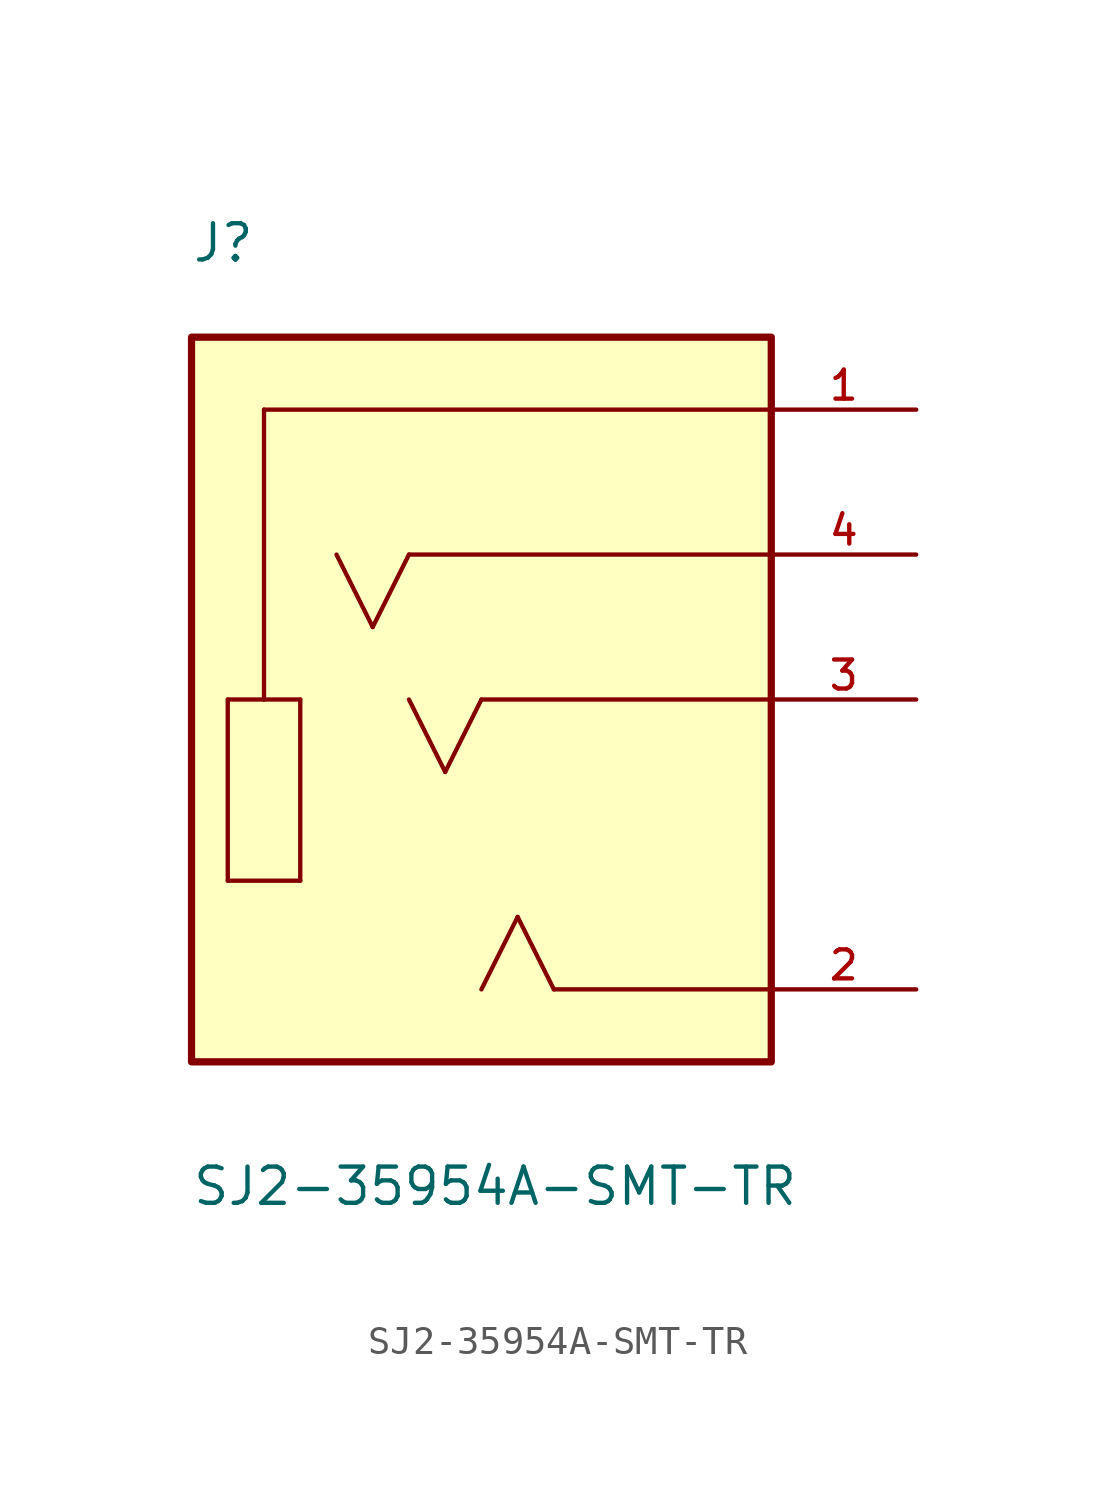
<source format=kicad_sym>
(kicad_symbol_lib
  (version 20211014)
  (generator kicad_symbol_editor)
  (symbol "SJ2-35954A-SMT-TR"
    (pin_names
      (offset 1.016))
    (property "Reference" "J"
      (at -10.174 15.261 0)
      (effects (font (size 1.27 1.27)) (justify bottom left)))
    (property "Value" "SJ2-35954A-SMT-TR"
      (at -10.174 -17.804 0)
      (effects (font (size 1.27 1.27)) (justify bottom left)))
    (symbol "SJ2-35954A-SMT-TR_0_0"
      (polyline (pts (xy 10.16 10.16) (xy -7.62 10.16)) (stroke (width 0.152)))
      (polyline (pts (xy -7.62 10.16) (xy -7.62 0.0)) (stroke (width 0.152)))
      (polyline (pts (xy -7.62 0.0) (xy -6.35 0.0)) (stroke (width 0.152)))
      (polyline (pts (xy -6.35 0.0) (xy -6.35 -6.35)) (stroke (width 0.152)))
      (polyline (pts (xy -6.35 -6.35) (xy -8.89 -6.35)) (stroke (width 0.152)))
      (polyline (pts (xy -8.89 -6.35) (xy -8.89 0.0)) (stroke (width 0.152)))
      (polyline (pts (xy -8.89 0.0) (xy -7.62 0.0)) (stroke (width 0.152)))
      (polyline (pts (xy 10.16 5.08) (xy -2.54 5.08)) (stroke (width 0.152)))
      (polyline (pts (xy -2.54 5.08) (xy -3.81 2.54)) (stroke (width 0.152)))
      (polyline (pts (xy -3.81 2.54) (xy -5.08 5.08)) (stroke (width 0.152)))
      (polyline (pts (xy 10.16 -10.16) (xy 2.54 -10.16)) (stroke (width 0.152)))
      (polyline (pts (xy 2.54 -10.16) (xy 1.27 -7.62)) (stroke (width 0.152)))
      (polyline (pts (xy 1.27 -7.62) (xy 0.0 -10.16)) (stroke (width 0.152)))
      (polyline (pts (xy 10.16 0.0) (xy 0.0 0.0)) (stroke (width 0.152)))
      (polyline (pts (xy 0.0 0.0) (xy -1.27 -2.54)) (stroke (width 0.152)))
      (polyline (pts (xy -1.27 -2.54) (xy -2.54 0.0)) (stroke (width 0.152)))
      (rectangle (start -10.16 -12.7) (end 10.16 12.7) (stroke (width 0.254)) (fill (type background)))
      (pin passive line (at 15.24 10.16 180.0) (length 5.08) (name "~" (effects (font (size 1.016 1.016)))) (number "1" (effects (font (size 1.016 1.016)))))
      (pin passive line (at 15.24 5.08 180.0) (length 5.08) (name "~" (effects (font (size 1.016 1.016)))) (number "4" (effects (font (size 1.016 1.016)))))
      (pin passive line (at 15.24 -10.16 180.0) (length 5.08) (name "~" (effects (font (size 1.016 1.016)))) (number "2" (effects (font (size 1.016 1.016)))))
      (pin passive line (at 15.24 0.0 180.0) (length 5.08) (name "~" (effects (font (size 1.016 1.016)))) (number "3" (effects (font (size 1.016 1.016))))))))
</source>
